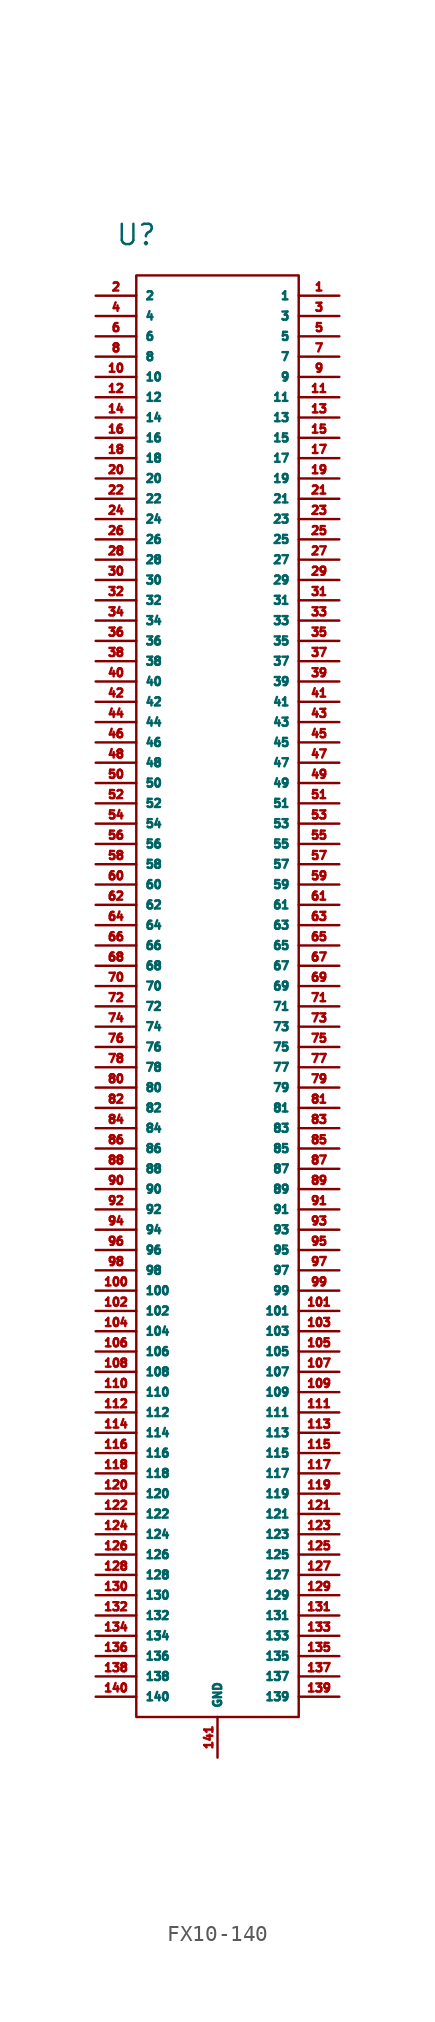
<source format=kicad_sym>
(kicad_symbol_lib
  (version 20231120)
  (generator "kicad_symbol_editor")
  (generator_version "8.0")
  (symbol "FX10-140"
    (property "Reference" "U"
      (at 0 0 0)
      (effects (font (size 1.27 1.27))))
    (property "Value" ""
      (at 0 0 0)
      (effects (font (size 1.27 1.27))))
    (symbol "FX10-140_0_1"
      (rectangle (start 0 -2.54) (end 10.16 -92.71) (stroke (width 0) (type default)) (fill (type none))))
    (symbol "FX10-140_1_1"
      (pin input line (at 12.7 -3.81 180) (length 2.54) (name "1" (effects (font (size 0.508 0.508)))) (number "1" (effects (font (size 0.508 0.508)))))
      (pin input line (at -2.54 -8.89 0) (length 2.54) (name "10" (effects (font (size 0.508 0.508)))) (number "10" (effects (font (size 0.508 0.508)))))
      (pin input line (at -2.54 -66.04 0) (length 2.54) (name "100" (effects (font (size 0.508 0.508)))) (number "100" (effects (font (size 0.508 0.508)))))
      (pin input line (at 12.7 -67.31 180) (length 2.54) (name "101" (effects (font (size 0.508 0.508)))) (number "101" (effects (font (size 0.508 0.508)))))
      (pin input line (at -2.54 -67.31 0) (length 2.54) (name "102" (effects (font (size 0.508 0.508)))) (number "102" (effects (font (size 0.508 0.508)))))
      (pin input line (at 12.7 -68.58 180) (length 2.54) (name "103" (effects (font (size 0.508 0.508)))) (number "103" (effects (font (size 0.508 0.508)))))
      (pin input line (at -2.54 -68.58 0) (length 2.54) (name "104" (effects (font (size 0.508 0.508)))) (number "104" (effects (font (size 0.508 0.508)))))
      (pin input line (at 12.7 -69.85 180) (length 2.54) (name "105" (effects (font (size 0.508 0.508)))) (number "105" (effects (font (size 0.508 0.508)))))
      (pin input line (at -2.54 -69.85 0) (length 2.54) (name "106" (effects (font (size 0.508 0.508)))) (number "106" (effects (font (size 0.508 0.508)))))
      (pin input line (at 12.7 -71.12 180) (length 2.54) (name "107" (effects (font (size 0.508 0.508)))) (number "107" (effects (font (size 0.508 0.508)))))
      (pin input line (at -2.54 -71.12 0) (length 2.54) (name "108" (effects (font (size 0.508 0.508)))) (number "108" (effects (font (size 0.508 0.508)))))
      (pin input line (at 12.7 -72.39 180) (length 2.54) (name "109" (effects (font (size 0.508 0.508)))) (number "109" (effects (font (size 0.508 0.508)))))
      (pin input line (at 12.7 -10.16 180) (length 2.54) (name "11" (effects (font (size 0.508 0.508)))) (number "11" (effects (font (size 0.508 0.508)))))
      (pin input line (at -2.54 -72.39 0) (length 2.54) (name "110" (effects (font (size 0.508 0.508)))) (number "110" (effects (font (size 0.508 0.508)))))
      (pin input line (at 12.7 -73.66 180) (length 2.54) (name "111" (effects (font (size 0.508 0.508)))) (number "111" (effects (font (size 0.508 0.508)))))
      (pin input line (at -2.54 -73.66 0) (length 2.54) (name "112" (effects (font (size 0.508 0.508)))) (number "112" (effects (font (size 0.508 0.508)))))
      (pin input line (at 12.7 -74.93 180) (length 2.54) (name "113" (effects (font (size 0.508 0.508)))) (number "113" (effects (font (size 0.508 0.508)))))
      (pin input line (at -2.54 -74.93 0) (length 2.54) (name "114" (effects (font (size 0.508 0.508)))) (number "114" (effects (font (size 0.508 0.508)))))
      (pin input line (at 12.7 -76.2 180) (length 2.54) (name "115" (effects (font (size 0.508 0.508)))) (number "115" (effects (font (size 0.508 0.508)))))
      (pin input line (at -2.54 -76.2 0) (length 2.54) (name "116" (effects (font (size 0.508 0.508)))) (number "116" (effects (font (size 0.508 0.508)))))
      (pin input line (at 12.7 -77.47 180) (length 2.54) (name "117" (effects (font (size 0.508 0.508)))) (number "117" (effects (font (size 0.508 0.508)))))
      (pin input line (at -2.54 -77.47 0) (length 2.54) (name "118" (effects (font (size 0.508 0.508)))) (number "118" (effects (font (size 0.508 0.508)))))
      (pin input line (at 12.7 -78.74 180) (length 2.54) (name "119" (effects (font (size 0.508 0.508)))) (number "119" (effects (font (size 0.508 0.508)))))
      (pin input line (at -2.54 -10.16 0) (length 2.54) (name "12" (effects (font (size 0.508 0.508)))) (number "12" (effects (font (size 0.508 0.508)))))
      (pin input line (at -2.54 -78.74 0) (length 2.54) (name "120" (effects (font (size 0.508 0.508)))) (number "120" (effects (font (size 0.508 0.508)))))
      (pin input line (at 12.7 -80.01 180) (length 2.54) (name "121" (effects (font (size 0.508 0.508)))) (number "121" (effects (font (size 0.508 0.508)))))
      (pin input line (at -2.54 -80.01 0) (length 2.54) (name "122" (effects (font (size 0.508 0.508)))) (number "122" (effects (font (size 0.508 0.508)))))
      (pin input line (at 12.7 -81.28 180) (length 2.54) (name "123" (effects (font (size 0.508 0.508)))) (number "123" (effects (font (size 0.508 0.508)))))
      (pin input line (at -2.54 -81.28 0) (length 2.54) (name "124" (effects (font (size 0.508 0.508)))) (number "124" (effects (font (size 0.508 0.508)))))
      (pin input line (at 12.7 -82.55 180) (length 2.54) (name "125" (effects (font (size 0.508 0.508)))) (number "125" (effects (font (size 0.508 0.508)))))
      (pin input line (at -2.54 -82.55 0) (length 2.54) (name "126" (effects (font (size 0.508 0.508)))) (number "126" (effects (font (size 0.508 0.508)))))
      (pin input line (at 12.7 -83.82 180) (length 2.54) (name "127" (effects (font (size 0.508 0.508)))) (number "127" (effects (font (size 0.508 0.508)))))
      (pin input line (at -2.54 -83.82 0) (length 2.54) (name "128" (effects (font (size 0.508 0.508)))) (number "128" (effects (font (size 0.508 0.508)))))
      (pin input line (at 12.7 -85.09 180) (length 2.54) (name "129" (effects (font (size 0.508 0.508)))) (number "129" (effects (font (size 0.508 0.508)))))
      (pin input line (at 12.7 -11.43 180) (length 2.54) (name "13" (effects (font (size 0.508 0.508)))) (number "13" (effects (font (size 0.508 0.508)))))
      (pin input line (at -2.54 -85.09 0) (length 2.54) (name "130" (effects (font (size 0.508 0.508)))) (number "130" (effects (font (size 0.508 0.508)))))
      (pin input line (at 12.7 -86.36 180) (length 2.54) (name "131" (effects (font (size 0.508 0.508)))) (number "131" (effects (font (size 0.508 0.508)))))
      (pin input line (at -2.54 -86.36 0) (length 2.54) (name "132" (effects (font (size 0.508 0.508)))) (number "132" (effects (font (size 0.508 0.508)))))
      (pin input line (at 12.7 -87.63 180) (length 2.54) (name "133" (effects (font (size 0.508 0.508)))) (number "133" (effects (font (size 0.508 0.508)))))
      (pin input line (at -2.54 -87.63 0) (length 2.54) (name "134" (effects (font (size 0.508 0.508)))) (number "134" (effects (font (size 0.508 0.508)))))
      (pin input line (at 12.7 -88.9 180) (length 2.54) (name "135" (effects (font (size 0.508 0.508)))) (number "135" (effects (font (size 0.508 0.508)))))
      (pin input line (at -2.54 -88.9 0) (length 2.54) (name "136" (effects (font (size 0.508 0.508)))) (number "136" (effects (font (size 0.508 0.508)))))
      (pin input line (at 12.7 -90.17 180) (length 2.54) (name "137" (effects (font (size 0.508 0.508)))) (number "137" (effects (font (size 0.508 0.508)))))
      (pin input line (at -2.54 -90.17 0) (length 2.54) (name "138" (effects (font (size 0.508 0.508)))) (number "138" (effects (font (size 0.508 0.508)))))
      (pin input line (at 12.7 -91.44 180) (length 2.54) (name "139" (effects (font (size 0.508 0.508)))) (number "139" (effects (font (size 0.508 0.508)))))
      (pin input line (at -2.54 -11.43 0) (length 2.54) (name "14" (effects (font (size 0.508 0.508)))) (number "14" (effects (font (size 0.508 0.508)))))
      (pin input line (at -2.54 -91.44 0) (length 2.54) (name "140" (effects (font (size 0.508 0.508)))) (number "140" (effects (font (size 0.508 0.508)))))
      (pin input line (at 5.08 -95.25 90) (length 2.54) (name "GND" (effects (font (size 0.508 0.508)))) (number "141" (effects (font (size 0.508 0.508)))))
      (pin input line (at 12.7 -12.7 180) (length 2.54) (name "15" (effects (font (size 0.508 0.508)))) (number "15" (effects (font (size 0.508 0.508)))))
      (pin input line (at -2.54 -12.7 0) (length 2.54) (name "16" (effects (font (size 0.508 0.508)))) (number "16" (effects (font (size 0.508 0.508)))))
      (pin input line (at 12.7 -13.97 180) (length 2.54) (name "17" (effects (font (size 0.508 0.508)))) (number "17" (effects (font (size 0.508 0.508)))))
      (pin input line (at -2.54 -13.97 0) (length 2.54) (name "18" (effects (font (size 0.508 0.508)))) (number "18" (effects (font (size 0.508 0.508)))))
      (pin input line (at 12.7 -15.24 180) (length 2.54) (name "19" (effects (font (size 0.508 0.508)))) (number "19" (effects (font (size 0.508 0.508)))))
      (pin input line (at -2.54 -3.81 0) (length 2.54) (name "2" (effects (font (size 0.508 0.508)))) (number "2" (effects (font (size 0.508 0.508)))))
      (pin input line (at -2.54 -15.24 0) (length 2.54) (name "20" (effects (font (size 0.508 0.508)))) (number "20" (effects (font (size 0.508 0.508)))))
      (pin input line (at 12.7 -16.51 180) (length 2.54) (name "21" (effects (font (size 0.508 0.508)))) (number "21" (effects (font (size 0.508 0.508)))))
      (pin input line (at -2.54 -16.51 0) (length 2.54) (name "22" (effects (font (size 0.508 0.508)))) (number "22" (effects (font (size 0.508 0.508)))))
      (pin input line (at 12.7 -17.78 180) (length 2.54) (name "23" (effects (font (size 0.508 0.508)))) (number "23" (effects (font (size 0.508 0.508)))))
      (pin input line (at -2.54 -17.78 0) (length 2.54) (name "24" (effects (font (size 0.508 0.508)))) (number "24" (effects (font (size 0.508 0.508)))))
      (pin input line (at 12.7 -19.05 180) (length 2.54) (name "25" (effects (font (size 0.508 0.508)))) (number "25" (effects (font (size 0.508 0.508)))))
      (pin input line (at -2.54 -19.05 0) (length 2.54) (name "26" (effects (font (size 0.508 0.508)))) (number "26" (effects (font (size 0.508 0.508)))))
      (pin input line (at 12.7 -20.32 180) (length 2.54) (name "27" (effects (font (size 0.508 0.508)))) (number "27" (effects (font (size 0.508 0.508)))))
      (pin input line (at -2.54 -20.32 0) (length 2.54) (name "28" (effects (font (size 0.508 0.508)))) (number "28" (effects (font (size 0.508 0.508)))))
      (pin input line (at 12.7 -21.59 180) (length 2.54) (name "29" (effects (font (size 0.508 0.508)))) (number "29" (effects (font (size 0.508 0.508)))))
      (pin input line (at 12.7 -5.08 180) (length 2.54) (name "3" (effects (font (size 0.508 0.508)))) (number "3" (effects (font (size 0.508 0.508)))))
      (pin input line (at -2.54 -21.59 0) (length 2.54) (name "30" (effects (font (size 0.508 0.508)))) (number "30" (effects (font (size 0.508 0.508)))))
      (pin input line (at 12.7 -22.86 180) (length 2.54) (name "31" (effects (font (size 0.508 0.508)))) (number "31" (effects (font (size 0.508 0.508)))))
      (pin input line (at -2.54 -22.86 0) (length 2.54) (name "32" (effects (font (size 0.508 0.508)))) (number "32" (effects (font (size 0.508 0.508)))))
      (pin input line (at 12.7 -24.13 180) (length 2.54) (name "33" (effects (font (size 0.508 0.508)))) (number "33" (effects (font (size 0.508 0.508)))))
      (pin input line (at -2.54 -24.13 0) (length 2.54) (name "34" (effects (font (size 0.508 0.508)))) (number "34" (effects (font (size 0.508 0.508)))))
      (pin input line (at 12.7 -25.4 180) (length 2.54) (name "35" (effects (font (size 0.508 0.508)))) (number "35" (effects (font (size 0.508 0.508)))))
      (pin input line (at -2.54 -25.4 0) (length 2.54) (name "36" (effects (font (size 0.508 0.508)))) (number "36" (effects (font (size 0.508 0.508)))))
      (pin input line (at 12.7 -26.67 180) (length 2.54) (name "37" (effects (font (size 0.508 0.508)))) (number "37" (effects (font (size 0.508 0.508)))))
      (pin input line (at -2.54 -26.67 0) (length 2.54) (name "38" (effects (font (size 0.508 0.508)))) (number "38" (effects (font (size 0.508 0.508)))))
      (pin input line (at 12.7 -27.94 180) (length 2.54) (name "39" (effects (font (size 0.508 0.508)))) (number "39" (effects (font (size 0.508 0.508)))))
      (pin input line (at -2.54 -5.08 0) (length 2.54) (name "4" (effects (font (size 0.508 0.508)))) (number "4" (effects (font (size 0.508 0.508)))))
      (pin input line (at -2.54 -27.94 0) (length 2.54) (name "40" (effects (font (size 0.508 0.508)))) (number "40" (effects (font (size 0.508 0.508)))))
      (pin input line (at 12.7 -29.21 180) (length 2.54) (name "41" (effects (font (size 0.508 0.508)))) (number "41" (effects (font (size 0.508 0.508)))))
      (pin input line (at -2.54 -29.21 0) (length 2.54) (name "42" (effects (font (size 0.508 0.508)))) (number "42" (effects (font (size 0.508 0.508)))))
      (pin input line (at 12.7 -30.48 180) (length 2.54) (name "43" (effects (font (size 0.508 0.508)))) (number "43" (effects (font (size 0.508 0.508)))))
      (pin input line (at -2.54 -30.48 0) (length 2.54) (name "44" (effects (font (size 0.508 0.508)))) (number "44" (effects (font (size 0.508 0.508)))))
      (pin input line (at 12.7 -31.75 180) (length 2.54) (name "45" (effects (font (size 0.508 0.508)))) (number "45" (effects (font (size 0.508 0.508)))))
      (pin input line (at -2.54 -31.75 0) (length 2.54) (name "46" (effects (font (size 0.508 0.508)))) (number "46" (effects (font (size 0.508 0.508)))))
      (pin input line (at 12.7 -33.02 180) (length 2.54) (name "47" (effects (font (size 0.508 0.508)))) (number "47" (effects (font (size 0.508 0.508)))))
      (pin input line (at -2.54 -33.02 0) (length 2.54) (name "48" (effects (font (size 0.508 0.508)))) (number "48" (effects (font (size 0.508 0.508)))))
      (pin input line (at 12.7 -34.29 180) (length 2.54) (name "49" (effects (font (size 0.508 0.508)))) (number "49" (effects (font (size 0.508 0.508)))))
      (pin input line (at 12.7 -6.35 180) (length 2.54) (name "5" (effects (font (size 0.508 0.508)))) (number "5" (effects (font (size 0.508 0.508)))))
      (pin input line (at -2.54 -34.29 0) (length 2.54) (name "50" (effects (font (size 0.508 0.508)))) (number "50" (effects (font (size 0.508 0.508)))))
      (pin input line (at 12.7 -35.56 180) (length 2.54) (name "51" (effects (font (size 0.508 0.508)))) (number "51" (effects (font (size 0.508 0.508)))))
      (pin input line (at -2.54 -35.56 0) (length 2.54) (name "52" (effects (font (size 0.508 0.508)))) (number "52" (effects (font (size 0.508 0.508)))))
      (pin input line (at 12.7 -36.83 180) (length 2.54) (name "53" (effects (font (size 0.508 0.508)))) (number "53" (effects (font (size 0.508 0.508)))))
      (pin input line (at -2.54 -36.83 0) (length 2.54) (name "54" (effects (font (size 0.508 0.508)))) (number "54" (effects (font (size 0.508 0.508)))))
      (pin input line (at 12.7 -38.1 180) (length 2.54) (name "55" (effects (font (size 0.508 0.508)))) (number "55" (effects (font (size 0.508 0.508)))))
      (pin input line (at -2.54 -38.1 0) (length 2.54) (name "56" (effects (font (size 0.508 0.508)))) (number "56" (effects (font (size 0.508 0.508)))))
      (pin input line (at 12.7 -39.37 180) (length 2.54) (name "57" (effects (font (size 0.508 0.508)))) (number "57" (effects (font (size 0.508 0.508)))))
      (pin input line (at -2.54 -39.37 0) (length 2.54) (name "58" (effects (font (size 0.508 0.508)))) (number "58" (effects (font (size 0.508 0.508)))))
      (pin input line (at 12.7 -40.64 180) (length 2.54) (name "59" (effects (font (size 0.508 0.508)))) (number "59" (effects (font (size 0.508 0.508)))))
      (pin input line (at -2.54 -6.35 0) (length 2.54) (name "6" (effects (font (size 0.508 0.508)))) (number "6" (effects (font (size 0.508 0.508)))))
      (pin input line (at -2.54 -40.64 0) (length 2.54) (name "60" (effects (font (size 0.508 0.508)))) (number "60" (effects (font (size 0.508 0.508)))))
      (pin input line (at 12.7 -41.91 180) (length 2.54) (name "61" (effects (font (size 0.508 0.508)))) (number "61" (effects (font (size 0.508 0.508)))))
      (pin input line (at -2.54 -41.91 0) (length 2.54) (name "62" (effects (font (size 0.508 0.508)))) (number "62" (effects (font (size 0.508 0.508)))))
      (pin input line (at 12.7 -43.18 180) (length 2.54) (name "63" (effects (font (size 0.508 0.508)))) (number "63" (effects (font (size 0.508 0.508)))))
      (pin input line (at -2.54 -43.18 0) (length 2.54) (name "64" (effects (font (size 0.508 0.508)))) (number "64" (effects (font (size 0.508 0.508)))))
      (pin input line (at 12.7 -44.45 180) (length 2.54) (name "65" (effects (font (size 0.508 0.508)))) (number "65" (effects (font (size 0.508 0.508)))))
      (pin input line (at -2.54 -44.45 0) (length 2.54) (name "66" (effects (font (size 0.508 0.508)))) (number "66" (effects (font (size 0.508 0.508)))))
      (pin input line (at 12.7 -45.72 180) (length 2.54) (name "67" (effects (font (size 0.508 0.508)))) (number "67" (effects (font (size 0.508 0.508)))))
      (pin input line (at -2.54 -45.72 0) (length 2.54) (name "68" (effects (font (size 0.508 0.508)))) (number "68" (effects (font (size 0.508 0.508)))))
      (pin input line (at 12.7 -46.99 180) (length 2.54) (name "69" (effects (font (size 0.508 0.508)))) (number "69" (effects (font (size 0.508 0.508)))))
      (pin input line (at 12.7 -7.62 180) (length 2.54) (name "7" (effects (font (size 0.508 0.508)))) (number "7" (effects (font (size 0.508 0.508)))))
      (pin input line (at -2.54 -46.99 0) (length 2.54) (name "70" (effects (font (size 0.508 0.508)))) (number "70" (effects (font (size 0.508 0.508)))))
      (pin input line (at 12.7 -48.26 180) (length 2.54) (name "71" (effects (font (size 0.508 0.508)))) (number "71" (effects (font (size 0.508 0.508)))))
      (pin input line (at -2.54 -48.26 0) (length 2.54) (name "72" (effects (font (size 0.508 0.508)))) (number "72" (effects (font (size 0.508 0.508)))))
      (pin input line (at 12.7 -49.53 180) (length 2.54) (name "73" (effects (font (size 0.508 0.508)))) (number "73" (effects (font (size 0.508 0.508)))))
      (pin input line (at -2.54 -49.53 0) (length 2.54) (name "74" (effects (font (size 0.508 0.508)))) (number "74" (effects (font (size 0.508 0.508)))))
      (pin input line (at 12.7 -50.8 180) (length 2.54) (name "75" (effects (font (size 0.508 0.508)))) (number "75" (effects (font (size 0.508 0.508)))))
      (pin input line (at -2.54 -50.8 0) (length 2.54) (name "76" (effects (font (size 0.508 0.508)))) (number "76" (effects (font (size 0.508 0.508)))))
      (pin input line (at 12.7 -52.07 180) (length 2.54) (name "77" (effects (font (size 0.508 0.508)))) (number "77" (effects (font (size 0.508 0.508)))))
      (pin input line (at -2.54 -52.07 0) (length 2.54) (name "78" (effects (font (size 0.508 0.508)))) (number "78" (effects (font (size 0.508 0.508)))))
      (pin input line (at 12.7 -53.34 180) (length 2.54) (name "79" (effects (font (size 0.508 0.508)))) (number "79" (effects (font (size 0.508 0.508)))))
      (pin input line (at -2.54 -7.62 0) (length 2.54) (name "8" (effects (font (size 0.508 0.508)))) (number "8" (effects (font (size 0.508 0.508)))))
      (pin input line (at -2.54 -53.34 0) (length 2.54) (name "80" (effects (font (size 0.508 0.508)))) (number "80" (effects (font (size 0.508 0.508)))))
      (pin input line (at 12.7 -54.61 180) (length 2.54) (name "81" (effects (font (size 0.508 0.508)))) (number "81" (effects (font (size 0.508 0.508)))))
      (pin input line (at -2.54 -54.61 0) (length 2.54) (name "82" (effects (font (size 0.508 0.508)))) (number "82" (effects (font (size 0.508 0.508)))))
      (pin input line (at 12.7 -55.88 180) (length 2.54) (name "83" (effects (font (size 0.508 0.508)))) (number "83" (effects (font (size 0.508 0.508)))))
      (pin input line (at -2.54 -55.88 0) (length 2.54) (name "84" (effects (font (size 0.508 0.508)))) (number "84" (effects (font (size 0.508 0.508)))))
      (pin input line (at 12.7 -57.15 180) (length 2.54) (name "85" (effects (font (size 0.508 0.508)))) (number "85" (effects (font (size 0.508 0.508)))))
      (pin input line (at -2.54 -57.15 0) (length 2.54) (name "86" (effects (font (size 0.508 0.508)))) (number "86" (effects (font (size 0.508 0.508)))))
      (pin input line (at 12.7 -58.42 180) (length 2.54) (name "87" (effects (font (size 0.508 0.508)))) (number "87" (effects (font (size 0.508 0.508)))))
      (pin input line (at -2.54 -58.42 0) (length 2.54) (name "88" (effects (font (size 0.508 0.508)))) (number "88" (effects (font (size 0.508 0.508)))))
      (pin input line (at 12.7 -59.69 180) (length 2.54) (name "89" (effects (font (size 0.508 0.508)))) (number "89" (effects (font (size 0.508 0.508)))))
      (pin input line (at 12.7 -8.89 180) (length 2.54) (name "9" (effects (font (size 0.508 0.508)))) (number "9" (effects (font (size 0.508 0.508)))))
      (pin input line (at -2.54 -59.69 0) (length 2.54) (name "90" (effects (font (size 0.508 0.508)))) (number "90" (effects (font (size 0.508 0.508)))))
      (pin input line (at 12.7 -60.96 180) (length 2.54) (name "91" (effects (font (size 0.508 0.508)))) (number "91" (effects (font (size 0.508 0.508)))))
      (pin input line (at -2.54 -60.96 0) (length 2.54) (name "92" (effects (font (size 0.508 0.508)))) (number "92" (effects (font (size 0.508 0.508)))))
      (pin input line (at 12.7 -62.23 180) (length 2.54) (name "93" (effects (font (size 0.508 0.508)))) (number "93" (effects (font (size 0.508 0.508)))))
      (pin input line (at -2.54 -62.23 0) (length 2.54) (name "94" (effects (font (size 0.508 0.508)))) (number "94" (effects (font (size 0.508 0.508)))))
      (pin input line (at 12.7 -63.5 180) (length 2.54) (name "95" (effects (font (size 0.508 0.508)))) (number "95" (effects (font (size 0.508 0.508)))))
      (pin input line (at -2.54 -63.5 0) (length 2.54) (name "96" (effects (font (size 0.508 0.508)))) (number "96" (effects (font (size 0.508 0.508)))))
      (pin input line (at 12.7 -64.77 180) (length 2.54) (name "97" (effects (font (size 0.508 0.508)))) (number "97" (effects (font (size 0.508 0.508)))))
      (pin input line (at -2.54 -64.77 0) (length 2.54) (name "98" (effects (font (size 0.508 0.508)))) (number "98" (effects (font (size 0.508 0.508)))))
      (pin input line (at 12.7 -66.04 180) (length 2.54) (name "99" (effects (font (size 0.508 0.508)))) (number "99" (effects (font (size 0.508 0.508))))))))
</source>
